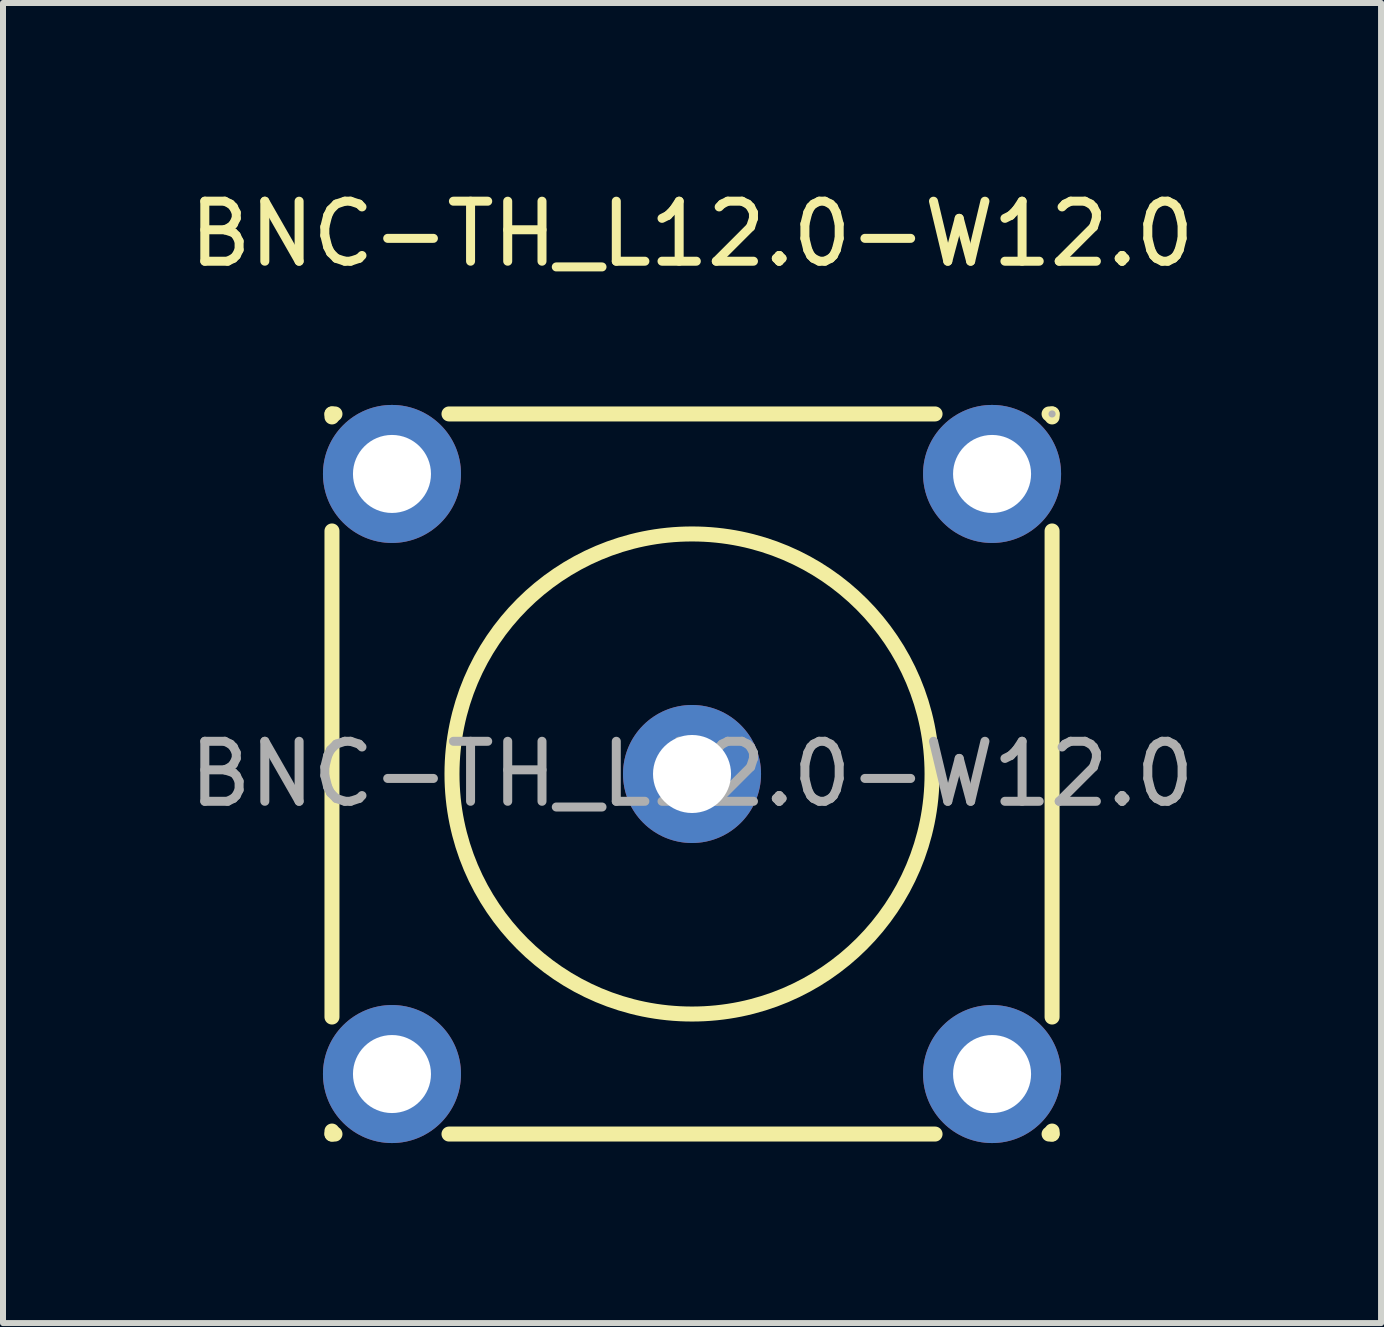
<source format=kicad_pcb>
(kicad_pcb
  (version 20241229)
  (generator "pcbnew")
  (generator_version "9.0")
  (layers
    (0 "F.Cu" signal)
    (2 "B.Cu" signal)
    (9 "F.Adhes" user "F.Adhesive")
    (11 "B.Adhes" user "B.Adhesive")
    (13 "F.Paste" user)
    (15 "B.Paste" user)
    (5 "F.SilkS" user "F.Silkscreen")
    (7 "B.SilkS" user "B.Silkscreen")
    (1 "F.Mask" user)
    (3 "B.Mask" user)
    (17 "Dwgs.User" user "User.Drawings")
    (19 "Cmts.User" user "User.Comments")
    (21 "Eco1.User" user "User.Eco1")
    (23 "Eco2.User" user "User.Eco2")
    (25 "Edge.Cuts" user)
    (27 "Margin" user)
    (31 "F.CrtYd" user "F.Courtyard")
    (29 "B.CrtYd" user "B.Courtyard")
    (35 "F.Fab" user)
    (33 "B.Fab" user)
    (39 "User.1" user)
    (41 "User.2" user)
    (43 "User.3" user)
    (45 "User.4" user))
  (footprint "BNC-TH_L12.0-W12.0"
    (layer "F.Cu")
    (at 8.482 9.848)
    (property "Reference" "BNC-TH_L12.0-W12.0" (at 0 -9 0) (layer "F.SilkS") (effects (font (size 1 1) (thickness 0.15))))
    (attr through_hole)
    (fp_line (start -6 -6) (end -6 -5.95) (stroke (width 0.25) (type solid)) (layer "F.SilkS"))
    (fp_line (start -6 -4.05) (end -6 4.05) (stroke (width 0.25) (type solid)) (layer "F.SilkS"))
    (fp_line (start -6 5.95) (end -6 6) (stroke (width 0.25) (type solid)) (layer "F.SilkS"))
    (fp_line (start -6 6) (end -5.95 6) (stroke (width 0.25) (type solid)) (layer "F.SilkS"))
    (fp_line (start -5.95 -6) (end -6 -6) (stroke (width 0.25) (type solid)) (layer "F.SilkS"))
    (fp_line (start -4.05 6) (end 4.05 6) (stroke (width 0.25) (type solid)) (layer "F.SilkS"))
    (fp_line (start 4.05 -6) (end -4.05 -6) (stroke (width 0.25) (type solid)) (layer "F.SilkS"))
    (fp_line (start 5.95 6) (end 6 6) (stroke (width 0.25) (type solid)) (layer "F.SilkS"))
    (fp_line (start 6 -6) (end 5.95 -6) (stroke (width 0.25) (type solid)) (layer "F.SilkS"))
    (fp_line (start 6 -5.95) (end 6 -6) (stroke (width 0.25) (type solid)) (layer "F.SilkS"))
    (fp_line (start 6 4.05) (end 6 -4.05) (stroke (width 0.25) (type solid)) (layer "F.SilkS"))
    (fp_line (start 6 6) (end 6 5.95) (stroke (width 0.25) (type solid)) (layer "F.SilkS"))
    (fp_circle (center 0 0) (end 4 0) (stroke (width 0.25) (type solid)) (fill no) (layer "F.SilkS"))
    (fp_circle (center -5 -5) (end -4.72 -5) (stroke (width 0.55) (type solid)) (fill no) (layer "F.Fab"))
    (fp_circle (center -5 5) (end -4.72 5) (stroke (width 0.55) (type solid)) (fill no) (layer "F.Fab"))
    (fp_circle (center 0 0) (end 0.28 0) (stroke (width 0.55) (type solid)) (fill no) (layer "F.Fab"))
    (fp_circle (center 5 -5) (end 5.28 -5) (stroke (width 0.55) (type solid)) (fill no) (layer "F.Fab"))
    (fp_circle (center 5 5) (end 5.28 5) (stroke (width 0.55) (type solid)) (fill no) (layer "F.Fab"))
    (fp_circle (center 6 -6) (end 6.03 -6) (stroke (width 0.06) (type solid)) (fill no) (layer "F.Fab"))
    (fp_text user "${REFERENCE}" (at 0 0 0) (layer "F.Fab") (effects (font (size 1 1) (thickness 0.15))))
    (pad "1" thru_hole circle (at 5 -5) (size 2.3 2.3) (drill 1.3) (layers "*.Cu" "*.Mask"))
    (pad "2" thru_hole circle (at 5 5) (size 2.3 2.3) (drill 1.3) (layers "*.Cu" "*.Mask"))
    (pad "3" thru_hole circle (at -5 5) (size 2.3 2.3) (drill 1.3) (layers "*.Cu" "*.Mask"))
    (pad "4" thru_hole circle (at -5 -5) (size 2.3 2.3) (drill 1.3) (layers "*.Cu" "*.Mask"))
    (pad "5" thru_hole circle (at 0 0) (size 2.3 2.3) (drill 1.3) (layers "*.Cu" "*.Mask")))
  (gr_rect
    (start -3 -3)
    (end 19.964 18.998)
    (stroke (width 0.1) (type default))
    (fill no)
    (layer "Edge.Cuts")))
</source>
